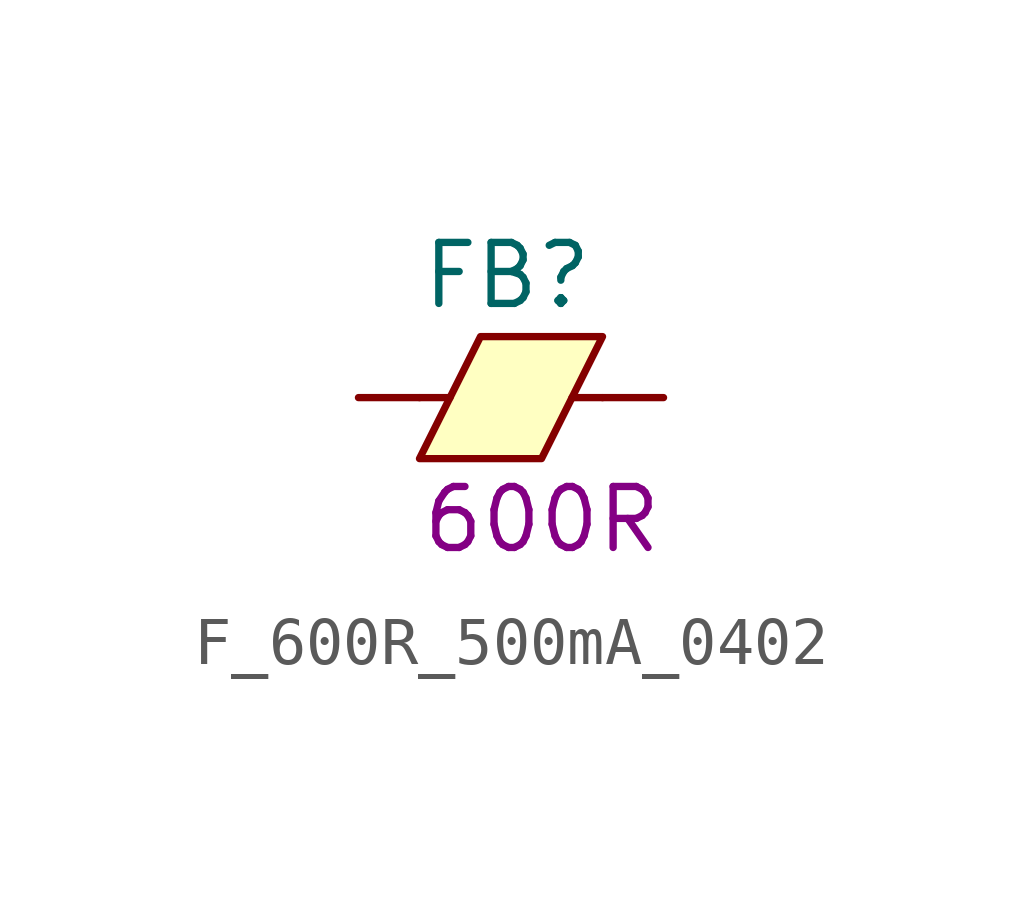
<source format=kicad_sym>
(kicad_symbol_lib
  (version 20211014)
  (generator kicad_symbol_editor)
  (symbol "F_600R_500mA_0402"
    (pin_numbers hide)
    (pin_names
      (offset 0) hide)
    (property "Reference" "FB"
      (at -2.54 2.54 0)
      (effects (font (size 1.27 1.27)) (justify left)))
    (property "Displayed Value" "600R"
      (at -2.54 -2.54 0)
      (effects (font (size 1.27 1.27)) (justify left)))
    (symbol "F_600R_500mA_0402_0_1"
      (polyline (pts (xy -2.54 0) (xy -1.905 0)) (stroke (width 0.152) (type default) (color 0 0 0 0)) (fill (type none)))
      (polyline (pts (xy 1.27 0) (xy 0.635 0)) (stroke (width 0.152) (type default) (color 0 0 0 0)) (fill (type none)))
      (polyline (pts (xy -2.54 -1.27) (xy -1.27 1.27) (xy 1.27 1.27) (xy 0 -1.27) (xy -2.54 -1.27)) (stroke (width 0.152) (type default) (color 0 0 0 0)) (fill (type background))))
    (symbol "F_600R_500mA_0402_1_1"
      (pin passive line (at -3.81 0 0) (length 1.27) (name "~" (effects (font (size 1.27 1.27)))) (number "1" (effects (font (size 1.27 1.27)))))
      (pin passive line (at 2.54 0 180) (length 1.27) (name "~" (effects (font (size 1.27 1.27)))) (number "2" (effects (font (size 1.27 1.27))))))))
</source>
